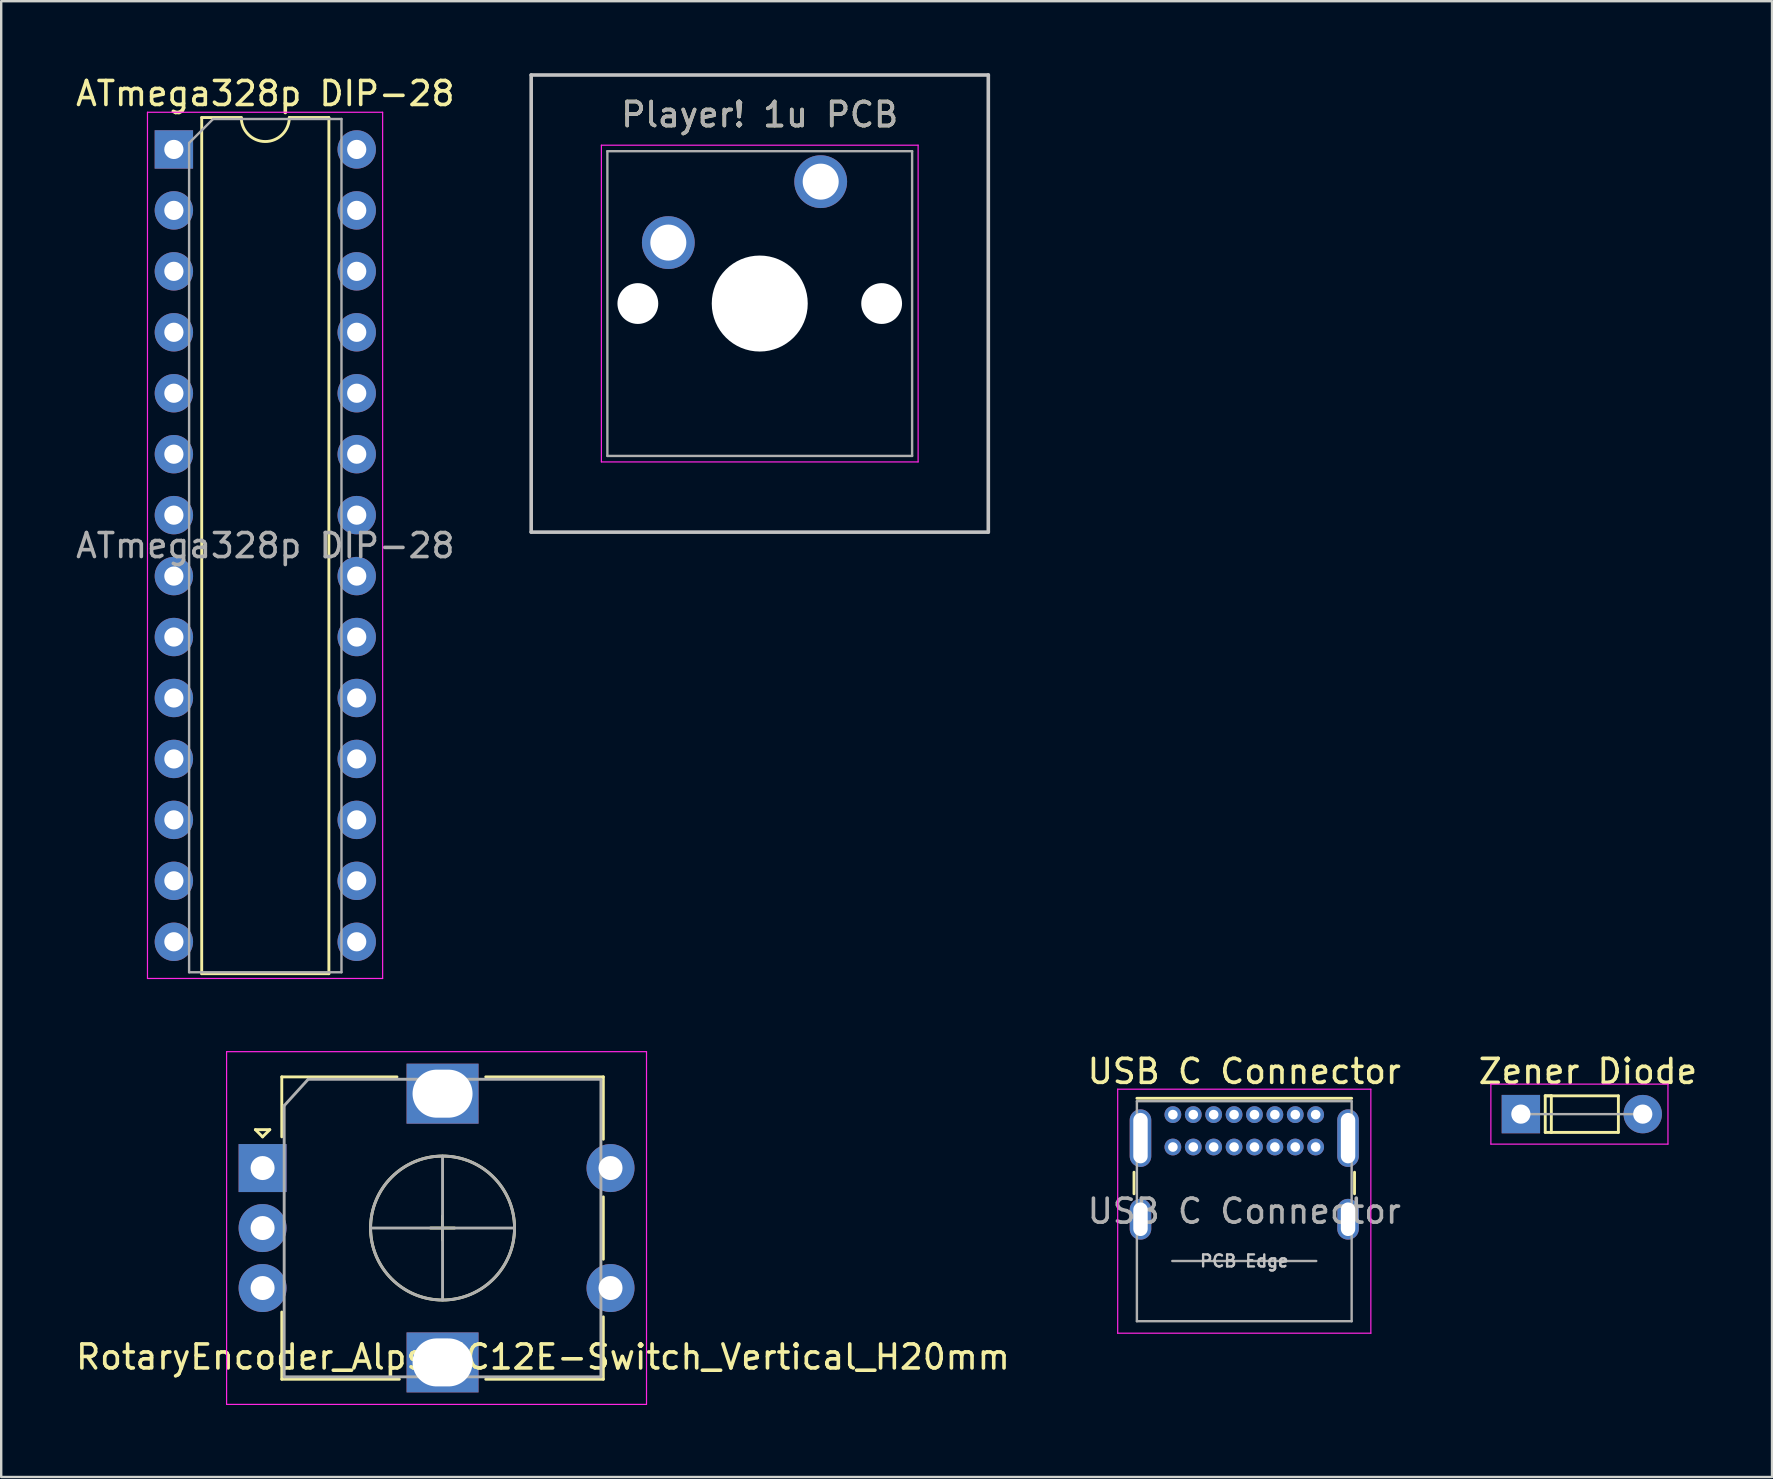
<source format=kicad_pcb>
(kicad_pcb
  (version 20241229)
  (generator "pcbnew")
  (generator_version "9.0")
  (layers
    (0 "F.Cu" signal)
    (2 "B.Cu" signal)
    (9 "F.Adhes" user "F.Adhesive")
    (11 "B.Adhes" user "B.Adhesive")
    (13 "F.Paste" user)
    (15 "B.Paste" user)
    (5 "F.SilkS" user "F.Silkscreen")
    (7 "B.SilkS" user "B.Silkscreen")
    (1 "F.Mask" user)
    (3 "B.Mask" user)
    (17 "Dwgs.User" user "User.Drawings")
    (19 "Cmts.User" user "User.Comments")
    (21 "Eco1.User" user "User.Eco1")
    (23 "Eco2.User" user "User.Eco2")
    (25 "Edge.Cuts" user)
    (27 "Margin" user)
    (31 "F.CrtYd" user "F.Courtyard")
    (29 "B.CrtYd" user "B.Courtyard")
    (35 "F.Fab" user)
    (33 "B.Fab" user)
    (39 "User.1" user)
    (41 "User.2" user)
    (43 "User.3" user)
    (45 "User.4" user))
  (footprint "Zener Diode"
    (layer "F.Cu")
    (at 60.331 43.38)
    (property "Reference" "Zener Diode" (at 2.794 -1.778 0) (layer "F.SilkS") (effects (font (size 1 1) (thickness 0.15))))
    (attr through_hole)
    (fp_line (start 1.016 -0.762) (end 1.016 0.762) (stroke (width 0.12) (type solid)) (layer "F.SilkS"))
    (fp_line (start 1.016 -0.762) (end 1.27 -0.762) (stroke (width 0.12) (type solid)) (layer "F.SilkS"))
    (fp_line (start 1.016 0.762) (end 1.27 0.762) (stroke (width 0.12) (type solid)) (layer "F.SilkS"))
    (fp_line (start 1.27 -0.762) (end 1.016 -0.762) (stroke (width 0.12) (type solid)) (layer "F.SilkS"))
    (fp_line (start 1.27 -0.762) (end 4.064 -0.762) (stroke (width 0.12) (type solid)) (layer "F.SilkS"))
    (fp_line (start 1.27 0.762) (end 1.27 -0.762) (stroke (width 0.12) (type solid)) (layer "F.SilkS"))
    (fp_line (start 4.064 -0.762) (end 4.064 0.762) (stroke (width 0.12) (type solid)) (layer "F.SilkS"))
    (fp_line (start 4.064 0.762) (end 1.27 0.762) (stroke (width 0.12) (type solid)) (layer "F.SilkS"))
    (fp_line (start -1.25 -1.25) (end -1.25 1.25) (stroke (width 0.05) (type solid)) (layer "F.CrtYd"))
    (fp_line (start -1.25 1.25) (end 6.13 1.25) (stroke (width 0.05) (type solid)) (layer "F.CrtYd"))
    (fp_line (start 6.13 -1.25) (end -1.25 -1.25) (stroke (width 0.05) (type solid)) (layer "F.CrtYd"))
    (fp_line (start 6.13 1.25) (end 6.13 -1.25) (stroke (width 0.05) (type solid)) (layer "F.CrtYd"))
    (fp_line (start 0 0) (end 5.08 0) (stroke (width 0.1) (type solid)) (layer "F.Fab"))
    (pad "1" thru_hole rect (at 0 0) (size 1.6 1.6) (drill 0.8) (layers "*.Cu" "*.Mask"))
    (pad "2" thru_hole oval (at 5.08 0) (size 1.6 1.6) (drill 0.8) (layers "*.Cu" "*.Mask")))
  (footprint "Player! 1u PCB"
    (layer "F.Cu")
    (at 31.152 4.52)
    (property "Reference" "Player! 1u PCB" (at -2.54 -2.794 0) (layer "F.SilkS") (effects (font (size 1 1) (thickness 0.15))))
    (attr through_hole)
    (fp_line (start -12.065 -4.445) (end 6.985 -4.445) (stroke (width 0.15) (type solid)) (layer "Dwgs.User"))
    (fp_line (start -12.065 14.605) (end -12.065 -4.445) (stroke (width 0.15) (type solid)) (layer "Dwgs.User"))
    (fp_line (start 6.985 -4.445) (end 6.985 14.605) (stroke (width 0.15) (type solid)) (layer "Dwgs.User"))
    (fp_line (start 6.985 14.605) (end -12.065 14.605) (stroke (width 0.15) (type solid)) (layer "Dwgs.User"))
    (fp_line (start -9.14 -1.52) (end 4.06 -1.52) (stroke (width 0.05) (type solid)) (layer "F.CrtYd"))
    (fp_line (start -9.14 11.68) (end -9.14 -1.52) (stroke (width 0.05) (type solid)) (layer "F.CrtYd"))
    (fp_line (start 4.06 -1.52) (end 4.06 11.68) (stroke (width 0.05) (type solid)) (layer "F.CrtYd"))
    (fp_line (start 4.06 11.68) (end -9.14 11.68) (stroke (width 0.05) (type solid)) (layer "F.CrtYd"))
    (fp_line (start -8.89 -1.27) (end 3.81 -1.27) (stroke (width 0.1) (type solid)) (layer "F.Fab"))
    (fp_line (start -8.89 11.43) (end -8.89 -1.27) (stroke (width 0.1) (type solid)) (layer "F.Fab"))
    (fp_line (start 3.81 -1.27) (end 3.81 11.43) (stroke (width 0.1) (type solid)) (layer "F.Fab"))
    (fp_line (start 3.81 11.43) (end -8.89 11.43) (stroke (width 0.1) (type solid)) (layer "F.Fab"))
    (fp_text user "${REFERENCE}" (at -2.54 -2.794 0) (layer "F.Fab") (effects (font (size 1 1) (thickness 0.15))))
    (pad "" np_thru_hole circle (at -7.62 5.08) (size 1.7 1.7) (drill 1.7) (layers "*.Cu" "*.Mask"))
    (pad "" np_thru_hole circle (at -2.54 5.08) (size 4 4) (drill 4) (layers "*.Cu" "*.Mask"))
    (pad "" np_thru_hole circle (at 2.54 5.08) (size 1.7 1.7) (drill 1.7) (layers "*.Cu" "*.Mask"))
    (pad "1" thru_hole circle (at 0 0) (size 2.2 2.2) (drill 1.5) (layers "*.Cu" "*.Mask"))
    (pad "2" thru_hole circle (at -6.35 2.54) (size 2.2 2.2) (drill 1.5) (layers "*.Cu" "*.Mask")))
  (footprint "RotaryEncoder_Alps_EC12E-Switch_Vertical_H20mm"
    (layer "F.Cu")
    (at 7.893 45.628)
    (property "Reference" "RotaryEncoder_Alps_EC12E-Switch_Vertical_H20mm" (at 11.684 7.874 0) (layer "F.SilkS") (effects (font (size 1 1) (thickness 0.15))))
    (attr through_hole)
    (fp_line (start -0.3 -1.6) (end 0.3 -1.6) (stroke (width 0.12) (type solid)) (layer "F.SilkS"))
    (fp_line (start 0 -1.3) (end -0.3 -1.6) (stroke (width 0.12) (type solid)) (layer "F.SilkS"))
    (fp_line (start 0.3 -1.6) (end 0 -1.3) (stroke (width 0.12) (type solid)) (layer "F.SilkS"))
    (fp_line (start 0.8 -3.8) (end 0.8 -1.3) (stroke (width 0.12) (type solid)) (layer "F.SilkS"))
    (fp_line (start 0.8 8.8) (end 0.8 6) (stroke (width 0.12) (type solid)) (layer "F.SilkS"))
    (fp_line (start 5.6 -3.8) (end 0.8 -3.8) (stroke (width 0.12) (type solid)) (layer "F.SilkS"))
    (fp_line (start 5.7 8.8) (end 0.8 8.8) (stroke (width 0.12) (type solid)) (layer "F.SilkS"))
    (fp_line (start 7 2.5) (end 8 2.5) (stroke (width 0.12) (type solid)) (layer "F.SilkS"))
    (fp_line (start 7.5 2) (end 7.5 3) (stroke (width 0.12) (type solid)) (layer "F.SilkS"))
    (fp_line (start 9.3 -3.8) (end 14.2 -3.8) (stroke (width 0.12) (type solid)) (layer "F.SilkS"))
    (fp_line (start 14.2 -3.8) (end 14.2 -1.2) (stroke (width 0.12) (type solid)) (layer "F.SilkS"))
    (fp_line (start 14.2 1.2) (end 14.2 3.8) (stroke (width 0.12) (type solid)) (layer "F.SilkS"))
    (fp_line (start 14.2 6.2) (end 14.2 8.8) (stroke (width 0.12) (type solid)) (layer "F.SilkS"))
    (fp_line (start 14.2 8.8) (end 9.3 8.8) (stroke (width 0.12) (type solid)) (layer "F.SilkS"))
    (fp_circle (center 7.5 2.5) (end 10.5 2.5) (stroke (width 0.12) (type solid)) (fill no) (layer "F.SilkS"))
    (fp_line (start -1.5 -4.85) (end -1.5 9.85) (stroke (width 0.05) (type solid)) (layer "F.CrtYd"))
    (fp_line (start -1.5 -4.85) (end 16 -4.85) (stroke (width 0.05) (type solid)) (layer "F.CrtYd"))
    (fp_line (start 16 9.85) (end -1.5 9.85) (stroke (width 0.05) (type solid)) (layer "F.CrtYd"))
    (fp_line (start 16 9.85) (end 16 -4.85) (stroke (width 0.05) (type solid)) (layer "F.CrtYd"))
    (fp_line (start 0.9 -2.6) (end 1.9 -3.7) (stroke (width 0.12) (type solid)) (layer "F.Fab"))
    (fp_line (start 0.9 8.7) (end 0.9 -2.6) (stroke (width 0.12) (type solid)) (layer "F.Fab"))
    (fp_line (start 1.9 -3.7) (end 14.1 -3.7) (stroke (width 0.12) (type solid)) (layer "F.Fab"))
    (fp_line (start 4.5 2.5) (end 10.5 2.5) (stroke (width 0.12) (type solid)) (layer "F.Fab"))
    (fp_line (start 7.5 -0.5) (end 7.5 5.5) (stroke (width 0.12) (type solid)) (layer "F.Fab"))
    (fp_line (start 14.1 -3.7) (end 14.1 8.7) (stroke (width 0.12) (type solid)) (layer "F.Fab"))
    (fp_line (start 14.1 8.7) (end 0.9 8.7) (stroke (width 0.12) (type solid)) (layer "F.Fab"))
    (fp_circle (center 7.5 2.5) (end 10.5 2.5) (stroke (width 0.12) (type solid)) (fill no) (layer "F.Fab"))
    (pad "A" thru_hole rect (at 0 0) (size 2 2) (drill 1) (layers "*.Cu" "*.Mask"))
    (pad "B" thru_hole circle (at 0 5) (size 2 2) (drill 1) (layers "*.Cu" "*.Mask"))
    (pad "C" thru_hole circle (at 0 2.5) (size 2 2) (drill 1) (layers "*.Cu" "*.Mask"))
    (pad "MP" thru_hole rect (at 7.5 -3.1) (size 3 2.5) (drill oval 2.5 2) (layers "*.Cu" "*.Mask"))
    (pad "MP" thru_hole rect (at 7.5 8.1) (size 3 2.5) (drill oval 2.5 2) (layers "*.Cu" "*.Mask"))
    (pad "S1" thru_hole circle (at 14.5 0) (size 2 2) (drill 1) (layers "*.Cu" "*.Mask"))
    (pad "S2" thru_hole circle (at 14.5 5) (size 2 2) (drill 1) (layers "*.Cu" "*.Mask")))
  (footprint "USB C Connector"
    (layer "F.Cu")
    (at 45.829 43.401)
    (property "Reference" "USB C Connector" (at 2.975 -1.8 0) (layer "F.SilkS") (effects (font (size 1 1) (thickness 0.15))))
    (attr through_hole)
    (fp_line (start -1.62 2.4) (end -1.62 3.3) (stroke (width 0.12) (type solid)) (layer "F.SilkS"))
    (fp_line (start -1.5 -0.68) (end 7.45 -0.68) (stroke (width 0.12) (type solid)) (layer "F.SilkS"))
    (fp_line (start 7.57 2.4) (end 7.57 3.3) (stroke (width 0.12) (type solid)) (layer "F.SilkS"))
    (fp_line (start -2.3 -1.06) (end -2.3 9.11) (stroke (width 0.05) (type solid)) (layer "F.CrtYd"))
    (fp_line (start -2.3 -1.06) (end 8.25 -1.06) (stroke (width 0.05) (type solid)) (layer "F.CrtYd"))
    (fp_line (start -2.3 9.11) (end 8.25 9.11) (stroke (width 0.05) (type solid)) (layer "F.CrtYd"))
    (fp_line (start 8.25 -1.06) (end 8.25 9.11) (stroke (width 0.05) (type solid)) (layer "F.CrtYd"))
    (fp_line (start -1.5 -0.56) (end -1.5 8.61) (stroke (width 0.1) (type solid)) (layer "F.Fab"))
    (fp_line (start -1.5 -0.56) (end 7.45 -0.56) (stroke (width 0.1) (type solid)) (layer "F.Fab"))
    (fp_line (start -1.5 8.61) (end 7.45 8.61) (stroke (width 0.1) (type solid)) (layer "F.Fab"))
    (fp_line (start -0.025 6.1) (end 5.975 6.1) (stroke (width 0.1) (type solid)) (layer "F.Fab"))
    (fp_line (start 7.45 -0.56) (end 7.45 8.61) (stroke (width 0.1) (type solid)) (layer "F.Fab"))
    (fp_text user "PCB Edge" (at 2.975 6.1 0) (layer "Dwgs.User") (effects (font (size 0.5 0.5) (thickness 0.1))))
    (fp_text user "${REFERENCE}" (at 2.975 4.025 0) (layer "F.Fab") (effects (font (size 1 1) (thickness 0.15))))
    (pad "A1" thru_hole circle (at 0 0) (size 0.7 0.7) (drill 0.4) (layers "*.Cu" "*.Mask"))
    (pad "A4" thru_hole circle (at 0.85 0) (size 0.7 0.7) (drill 0.4) (layers "*.Cu" "*.Mask"))
    (pad "A5" thru_hole circle (at 1.7 0) (size 0.7 0.7) (drill 0.4) (layers "*.Cu" "*.Mask"))
    (pad "A6" thru_hole circle (at 2.55 0) (size 0.7 0.7) (drill 0.4) (layers "*.Cu" "*.Mask"))
    (pad "A7" thru_hole circle (at 3.4 0) (size 0.7 0.7) (drill 0.4) (layers "*.Cu" "*.Mask"))
    (pad "A8" thru_hole circle (at 4.25 0) (size 0.7 0.7) (drill 0.4) (layers "*.Cu" "*.Mask"))
    (pad "A9" thru_hole circle (at 5.1 0) (size 0.7 0.7) (drill 0.4) (layers "*.Cu" "*.Mask"))
    (pad "A12" thru_hole circle (at 5.95 0) (size 0.7 0.7) (drill 0.4) (layers "*.Cu" "*.Mask"))
    (pad "B1" thru_hole circle (at 5.95 1.35) (size 0.7 0.7) (drill 0.4) (layers "*.Cu" "*.Mask"))
    (pad "B4" thru_hole circle (at 5.1 1.35) (size 0.7 0.7) (drill 0.4) (layers "*.Cu" "*.Mask"))
    (pad "B5" thru_hole circle (at 4.25 1.35) (size 0.7 0.7) (drill 0.4) (layers "*.Cu" "*.Mask"))
    (pad "B6" thru_hole circle (at 3.4 1.35) (size 0.7 0.7) (drill 0.4) (layers "*.Cu" "*.Mask"))
    (pad "B7" thru_hole circle (at 2.55 1.35) (size 0.7 0.7) (drill 0.4) (layers "*.Cu" "*.Mask"))
    (pad "B8" thru_hole circle (at 1.7 1.35) (size 0.7 0.7) (drill 0.4) (layers "*.Cu" "*.Mask"))
    (pad "B9" thru_hole circle (at 0.85 1.35) (size 0.7 0.7) (drill 0.4) (layers "*.Cu" "*.Mask"))
    (pad "B12" thru_hole circle (at 0 1.35) (size 0.7 0.7) (drill 0.4) (layers "*.Cu" "*.Mask"))
    (pad "S1" thru_hole oval (at -1.35 0.98) (size 0.9 2.4) (drill oval 0.6 2.1) (layers "*.Cu" "*.Mask"))
    (pad "S1" thru_hole oval (at -1.35 4.36) (size 0.9 1.7) (drill oval 0.6 1.4) (layers "*.Cu" "*.Mask"))
    (pad "S1" thru_hole oval (at 7.3 0.98) (size 0.9 2.4) (drill oval 0.6 2.1) (layers "*.Cu" "*.Mask"))
    (pad "S1" thru_hole oval (at 7.3 4.36) (size 0.9 1.7) (drill oval 0.6 1.4) (layers "*.Cu" "*.Mask")))
  (footprint "ATmega328p DIP-28"
    (layer "F.Cu")
    (at 4.196 3.178)
    (property "Reference" "ATmega328p DIP-28" (at 3.81 -2.33 0) (layer "F.SilkS") (effects (font (size 1 1) (thickness 0.15))))
    (attr through_hole)
    (fp_line (start 1.16 -1.33) (end 1.16 34.35) (stroke (width 0.12) (type solid)) (layer "F.SilkS"))
    (fp_line (start 1.16 34.35) (end 6.46 34.35) (stroke (width 0.12) (type solid)) (layer "F.SilkS"))
    (fp_line (start 2.81 -1.33) (end 1.16 -1.33) (stroke (width 0.12) (type solid)) (layer "F.SilkS"))
    (fp_line (start 6.46 -1.33) (end 4.81 -1.33) (stroke (width 0.12) (type solid)) (layer "F.SilkS"))
    (fp_line (start 6.46 34.35) (end 6.46 -1.33) (stroke (width 0.12) (type solid)) (layer "F.SilkS"))
    (fp_arc (start 4.81 -1.33) (mid 3.81 -0.33) (end 2.81 -1.33) (stroke (width 0.12) (type solid)) (layer "F.SilkS"))
    (fp_line (start -1.1 -1.55) (end -1.1 34.55) (stroke (width 0.05) (type solid)) (layer "F.CrtYd"))
    (fp_line (start -1.1 34.55) (end 8.7 34.55) (stroke (width 0.05) (type solid)) (layer "F.CrtYd"))
    (fp_line (start 8.7 -1.55) (end -1.1 -1.55) (stroke (width 0.05) (type solid)) (layer "F.CrtYd"))
    (fp_line (start 8.7 34.55) (end 8.7 -1.55) (stroke (width 0.05) (type solid)) (layer "F.CrtYd"))
    (fp_line (start 0.635 -0.27) (end 1.635 -1.27) (stroke (width 0.1) (type solid)) (layer "F.Fab"))
    (fp_line (start 0.635 34.29) (end 0.635 -0.27) (stroke (width 0.1) (type solid)) (layer "F.Fab"))
    (fp_line (start 1.635 -1.27) (end 6.985 -1.27) (stroke (width 0.1) (type solid)) (layer "F.Fab"))
    (fp_line (start 6.985 -1.27) (end 6.985 34.29) (stroke (width 0.1) (type solid)) (layer "F.Fab"))
    (fp_line (start 6.985 34.29) (end 0.635 34.29) (stroke (width 0.1) (type solid)) (layer "F.Fab"))
    (fp_text user "${REFERENCE}" (at 3.81 16.51 0) (layer "F.Fab") (effects (font (size 1 1) (thickness 0.15))))
    (pad "1" thru_hole rect (at 0 0) (size 1.6 1.6) (drill 0.8) (layers "*.Cu" "*.Mask"))
    (pad "2" thru_hole oval (at 0 2.54) (size 1.6 1.6) (drill 0.8) (layers "*.Cu" "*.Mask"))
    (pad "3" thru_hole oval (at 0 5.08) (size 1.6 1.6) (drill 0.8) (layers "*.Cu" "*.Mask"))
    (pad "4" thru_hole oval (at 0 7.62) (size 1.6 1.6) (drill 0.8) (layers "*.Cu" "*.Mask"))
    (pad "5" thru_hole oval (at 0 10.16) (size 1.6 1.6) (drill 0.8) (layers "*.Cu" "*.Mask"))
    (pad "6" thru_hole oval (at 0 12.7) (size 1.6 1.6) (drill 0.8) (layers "*.Cu" "*.Mask"))
    (pad "7" thru_hole oval (at 0 15.24) (size 1.6 1.6) (drill 0.8) (layers "*.Cu" "*.Mask"))
    (pad "8" thru_hole oval (at 0 17.78) (size 1.6 1.6) (drill 0.8) (layers "*.Cu" "*.Mask"))
    (pad "9" thru_hole oval (at 0 20.32) (size 1.6 1.6) (drill 0.8) (layers "*.Cu" "*.Mask"))
    (pad "10" thru_hole oval (at 0 22.86) (size 1.6 1.6) (drill 0.8) (layers "*.Cu" "*.Mask"))
    (pad "11" thru_hole oval (at 0 25.4) (size 1.6 1.6) (drill 0.8) (layers "*.Cu" "*.Mask"))
    (pad "12" thru_hole oval (at 0 27.94) (size 1.6 1.6) (drill 0.8) (layers "*.Cu" "*.Mask"))
    (pad "13" thru_hole oval (at 0 30.48) (size 1.6 1.6) (drill 0.8) (layers "*.Cu" "*.Mask"))
    (pad "14" thru_hole oval (at 0 33.02) (size 1.6 1.6) (drill 0.8) (layers "*.Cu" "*.Mask"))
    (pad "15" thru_hole oval (at 7.62 33.02) (size 1.6 1.6) (drill 0.8) (layers "*.Cu" "*.Mask"))
    (pad "16" thru_hole oval (at 7.62 30.48) (size 1.6 1.6) (drill 0.8) (layers "*.Cu" "*.Mask"))
    (pad "17" thru_hole oval (at 7.62 27.94) (size 1.6 1.6) (drill 0.8) (layers "*.Cu" "*.Mask"))
    (pad "18" thru_hole oval (at 7.62 25.4) (size 1.6 1.6) (drill 0.8) (layers "*.Cu" "*.Mask"))
    (pad "19" thru_hole oval (at 7.62 22.86) (size 1.6 1.6) (drill 0.8) (layers "*.Cu" "*.Mask"))
    (pad "20" thru_hole oval (at 7.62 20.32) (size 1.6 1.6) (drill 0.8) (layers "*.Cu" "*.Mask"))
    (pad "21" thru_hole oval (at 7.62 17.78) (size 1.6 1.6) (drill 0.8) (layers "*.Cu" "*.Mask"))
    (pad "22" thru_hole oval (at 7.62 15.24) (size 1.6 1.6) (drill 0.8) (layers "*.Cu" "*.Mask"))
    (pad "23" thru_hole oval (at 7.62 12.7) (size 1.6 1.6) (drill 0.8) (layers "*.Cu" "*.Mask"))
    (pad "24" thru_hole oval (at 7.62 10.16) (size 1.6 1.6) (drill 0.8) (layers "*.Cu" "*.Mask"))
    (pad "25" thru_hole oval (at 7.62 7.62) (size 1.6 1.6) (drill 0.8) (layers "*.Cu" "*.Mask"))
    (pad "26" thru_hole oval (at 7.62 5.08) (size 1.6 1.6) (drill 0.8) (layers "*.Cu" "*.Mask"))
    (pad "27" thru_hole oval (at 7.62 2.54) (size 1.6 1.6) (drill 0.8) (layers "*.Cu" "*.Mask"))
    (pad "28" thru_hole oval (at 7.62 0) (size 1.6 1.6) (drill 0.8) (layers "*.Cu" "*.Mask")))
  (gr_rect
    (start -3 -3)
    (end 70.798 58.503)
    (stroke (width 0.1) (type default))
    (fill no)
    (layer "Edge.Cuts")))
</source>
